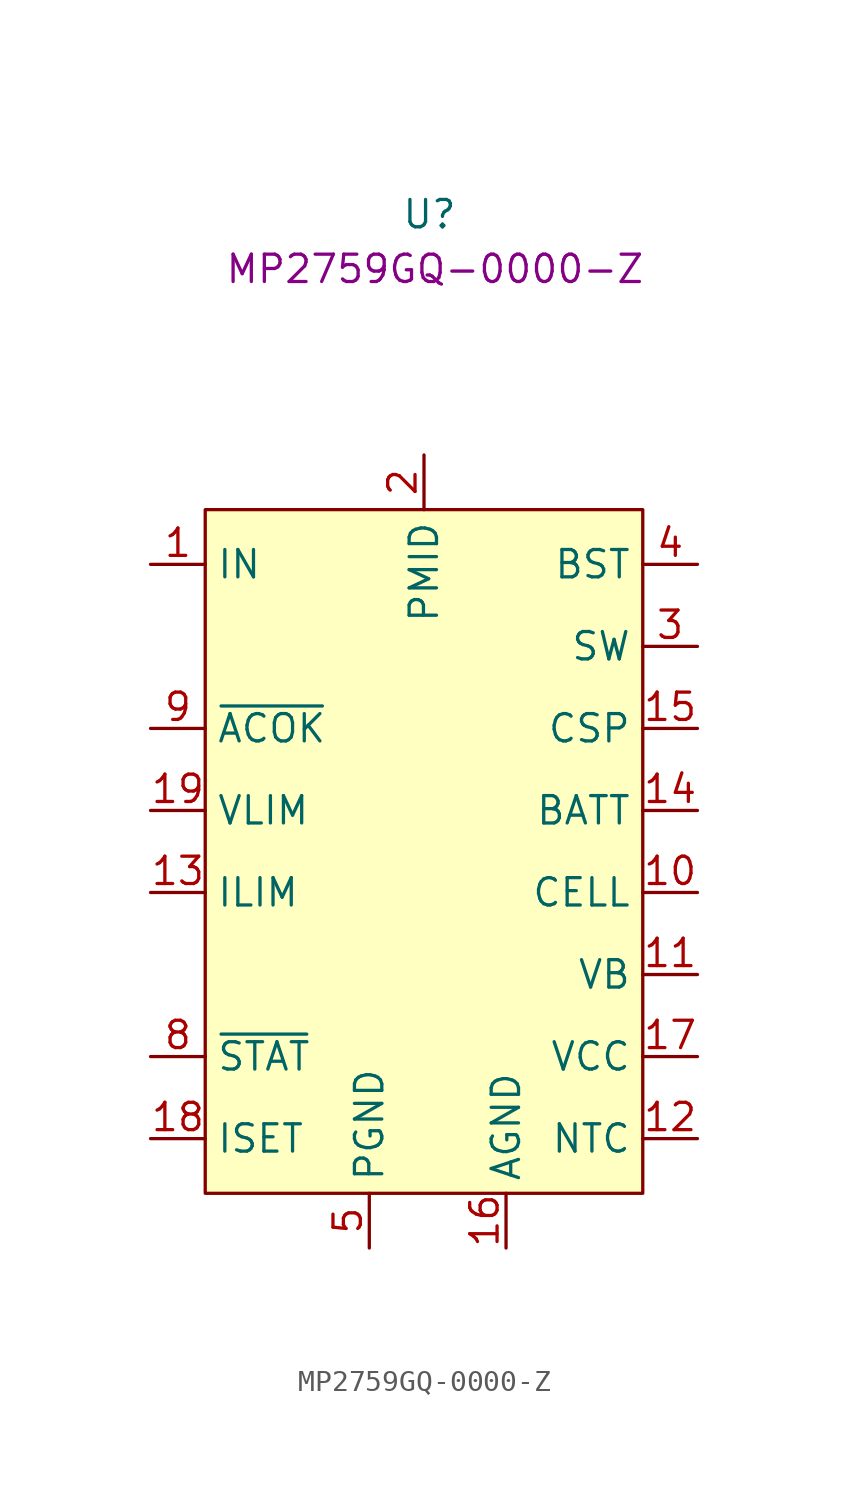
<source format=kicad_sym>
(kicad_symbol_lib
  (version 20231120)
  (generator "kicad_symbol_editor")
  (generator_version "8.0")
  (symbol "MP2759GQ-0000-Z"
    (property "Reference" "U"
      (at 12.954 16.256 0)
      (effects (font (size 1.27 1.27))))
    (property "MPN" "MP2759GQ-0000-Z"
      (at 13.208 13.716 0)
      (effects (font (size 1.27 1.27) (color 132 0 132 1))))
    (symbol "MP2759GQ-0000-Z_1_1"
      (rectangle (start 2.54 2.54) (end 22.86 -29.21) (stroke (width 0) (type default)) (fill (type background)))
      (pin passive line (at 0 0 0) (length 2.54) (name "IN" (effects (font (size 1.27 1.27)))) (number "1" (effects (font (size 1.27 1.27)))))
      (pin passive line (at 25.4 -15.24 180) (length 2.54) (name "CELL" (effects (font (size 1.27 1.27)))) (number "10" (effects (font (size 1.27 1.27)))))
      (pin passive line (at 25.4 -19.05 180) (length 2.54) (name "VB" (effects (font (size 1.27 1.27)))) (number "11" (effects (font (size 1.27 1.27)))))
      (pin passive line (at 25.4 -26.67 180) (length 2.54) (name "NTC" (effects (font (size 1.27 1.27)))) (number "12" (effects (font (size 1.27 1.27)))))
      (pin passive line (at 0 -15.24 0) (length 2.54) (name "ILIM" (effects (font (size 1.27 1.27)))) (number "13" (effects (font (size 1.27 1.27)))))
      (pin passive line (at 25.4 -11.43 180) (length 2.54) (name "BATT" (effects (font (size 1.27 1.27)))) (number "14" (effects (font (size 1.27 1.27)))))
      (pin passive line (at 25.4 -7.62 180) (length 2.54) (name "CSP" (effects (font (size 1.27 1.27)))) (number "15" (effects (font (size 1.27 1.27)))))
      (pin passive line (at 16.51 -31.75 90) (length 2.54) (name "AGND" (effects (font (size 1.27 1.27)))) (number "16" (effects (font (size 1.27 1.27)))))
      (pin passive line (at 25.4 -22.86 180) (length 2.54) (name "VCC" (effects (font (size 1.27 1.27)))) (number "17" (effects (font (size 1.27 1.27)))))
      (pin passive line (at 0 -26.67 0) (length 2.54) (name "ISET" (effects (font (size 1.27 1.27)))) (number "18" (effects (font (size 1.27 1.27)))))
      (pin passive line (at 0 -11.43 0) (length 2.54) (name "VLIM" (effects (font (size 1.27 1.27)))) (number "19" (effects (font (size 1.27 1.27)))))
      (pin passive line (at 12.7 5.08 270) (length 2.54) (name "PMID" (effects (font (size 1.27 1.27)))) (number "2" (effects (font (size 1.27 1.27)))))
      (pin passive line (at 25.4 -3.81 180) (length 2.54) (name "SW" (effects (font (size 1.27 1.27)))) (number "3" (effects (font (size 1.27 1.27)))))
      (pin passive line (at 25.4 0 180) (length 2.54) (name "BST" (effects (font (size 1.27 1.27)))) (number "4" (effects (font (size 1.27 1.27)))))
      (pin passive line (at 10.16 -31.75 90) (length 2.54) (name "PGND" (effects (font (size 1.27 1.27)))) (number "5" (effects (font (size 1.27 1.27)))))
      (pin passive line (at 10.16 -31.75 90) (length 2.54) hide (name "PGND" (effects (font (size 1.27 1.27)))) (number "6" (effects (font (size 1.27 1.27)))))
      (pin passive line (at 10.16 -31.75 90) (length 2.54) hide (name "PGND" (effects (font (size 1.27 1.27)))) (number "7" (effects (font (size 1.27 1.27)))))
      (pin passive line (at 0 -22.86 0) (length 2.54) (name "~{STAT}" (effects (font (size 1.27 1.27)))) (number "8" (effects (font (size 1.27 1.27)))))
      (pin passive line (at 0 -7.62 0) (length 2.54) (name "~{ACOK}" (effects (font (size 1.27 1.27)))) (number "9" (effects (font (size 1.27 1.27))))))))
</source>
